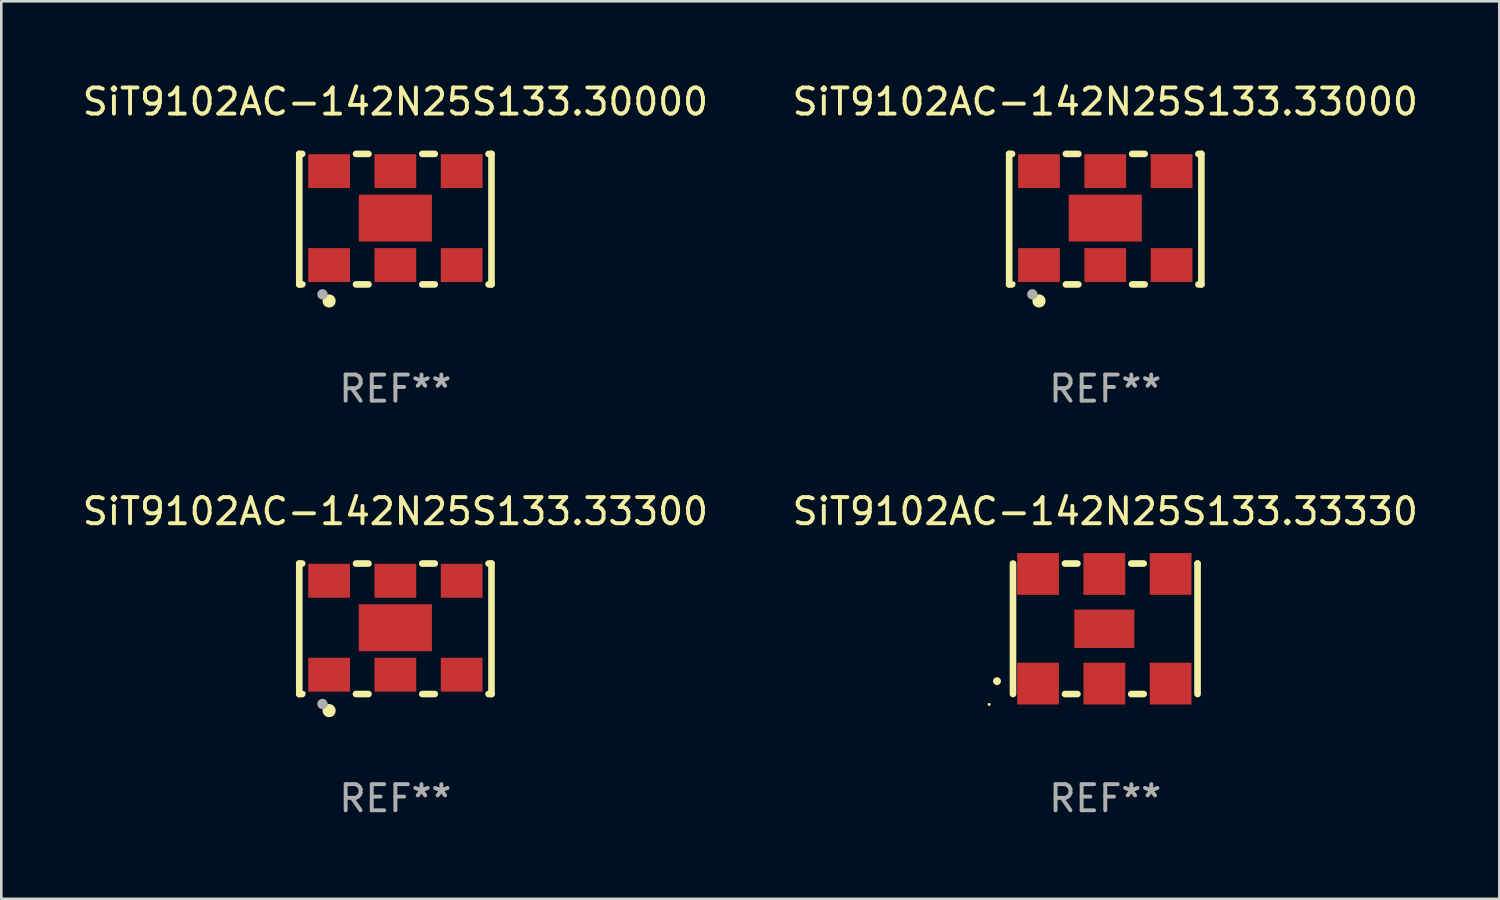
<source format=kicad_pcb>
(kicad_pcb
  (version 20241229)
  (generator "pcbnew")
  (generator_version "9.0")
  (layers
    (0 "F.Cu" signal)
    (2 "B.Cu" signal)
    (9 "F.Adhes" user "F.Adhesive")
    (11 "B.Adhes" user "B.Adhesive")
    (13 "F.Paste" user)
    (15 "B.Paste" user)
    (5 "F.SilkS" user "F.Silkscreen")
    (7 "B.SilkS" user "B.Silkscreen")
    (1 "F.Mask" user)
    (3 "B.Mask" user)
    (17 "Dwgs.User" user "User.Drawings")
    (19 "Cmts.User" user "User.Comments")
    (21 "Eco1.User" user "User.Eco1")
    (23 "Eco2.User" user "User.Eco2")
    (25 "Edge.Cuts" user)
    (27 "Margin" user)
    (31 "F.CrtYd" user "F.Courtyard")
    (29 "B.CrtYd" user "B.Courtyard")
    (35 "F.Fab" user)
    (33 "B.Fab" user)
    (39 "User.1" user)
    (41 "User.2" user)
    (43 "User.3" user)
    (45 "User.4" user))
  (footprint "SiT9102AC-142N25S133.33000"
    (layer "F.Cu")
    (at 39.304 5.348)
    (property "Reference" "SiT9102AC-142N25S133.33000" (at 0 -4.5 0) (layer "F.SilkS") (effects (font (size 1 1) (thickness 0.15))))
    (attr through_hole)
    (fp_line (start -3.683 -2.5) (end -3.571 -2.5) (stroke (width 0.254) (type solid)) (layer "F.SilkS"))
    (fp_line (start -3.683 2.5) (end -3.683 -2.5) (stroke (width 0.254) (type solid)) (layer "F.SilkS"))
    (fp_line (start -3.683 2.5) (end -3.571 2.5) (stroke (width 0.254) (type solid)) (layer "F.SilkS"))
    (fp_line (start -1.509 -2.5) (end -1.031 -2.5) (stroke (width 0.254) (type solid)) (layer "F.SilkS"))
    (fp_line (start -1.509 2.5) (end -1.031 2.5) (stroke (width 0.254) (type solid)) (layer "F.SilkS"))
    (fp_line (start 1.031 -2.5) (end 1.509 -2.5) (stroke (width 0.254) (type solid)) (layer "F.SilkS"))
    (fp_line (start 1.031 2.5) (end 1.509 2.5) (stroke (width 0.254) (type solid)) (layer "F.SilkS"))
    (fp_line (start 3.571 -2.5) (end 3.683 -2.5) (stroke (width 0.254) (type solid)) (layer "F.SilkS"))
    (fp_line (start 3.571 2.5) (end 3.683 2.5) (stroke (width 0.254) (type solid)) (layer "F.SilkS"))
    (fp_line (start 3.683 2.5) (end 3.683 -2.5) (stroke (width 0.254) (type solid)) (layer "F.SilkS"))
    (fp_circle (center -3.5 2.46) (end -3.47 2.46) (stroke (width 0.06) (type solid)) (fill no) (layer "F.SilkS"))
    (fp_circle (center -2.54 3.135) (end -2.413 3.135) (stroke (width 0.254) (type solid)) (fill no) (layer "F.SilkS"))
    (fp_circle (center -2.794 2.881) (end -2.694 2.881) (stroke (width 0.2) (type solid)) (fill no) (layer "F.Fab"))
    (fp_text user "REF**" (at 0 6.5 0) (layer "F.Fab") (effects (font (size 1 1) (thickness 0.15))))
    (pad "1" smd rect (at -2.54 1.76) (size 1.6 1.3) (layers "F.Cu" "F.Mask" "F.Paste"))
    (pad "2" smd rect (at 0 1.76) (size 1.6 1.3) (layers "F.Cu" "F.Mask" "F.Paste"))
    (pad "3" smd rect (at 2.54 1.76) (size 1.6 1.3) (layers "F.Cu" "F.Mask" "F.Paste"))
    (pad "4" smd rect (at 2.54 -1.84) (size 1.6 1.3) (layers "F.Cu" "F.Mask" "F.Paste"))
    (pad "5" smd rect (at 0 -1.84) (size 1.6 1.3) (layers "F.Cu" "F.Mask" "F.Paste"))
    (pad "6" smd rect (at -2.54 -1.84) (size 1.6 1.3) (layers "F.Cu" "F.Mask" "F.Paste"))
    (pad "7" smd rect (at 0 -0.04) (size 2.8 1.8) (layers "F.Cu" "F.Mask" "F.Paste")))
  (footprint "SiT9102AC-142N25S133.33330"
    (layer "F.Cu")
    (at 39.304 21.045)
    (property "Reference" "SiT9102AC-142N25S133.33330" (at 0 -4.5 0) (layer "F.SilkS") (effects (font (size 1 1) (thickness 0.15))))
    (attr through_hole)
    (fp_line (start -3.536 -2.5) (end -3.536 2.5) (stroke (width 0.254) (type solid)) (layer "F.SilkS"))
    (fp_line (start -1.544 2.5) (end -1.067 2.5) (stroke (width 0.254) (type solid)) (layer "F.SilkS"))
    (fp_line (start -1.067 -2.5) (end -1.544 -2.5) (stroke (width 0.254) (type solid)) (layer "F.SilkS"))
    (fp_line (start 0.996 2.5) (end 1.473 2.5) (stroke (width 0.254) (type solid)) (layer "F.SilkS"))
    (fp_line (start 1.473 -2.5) (end 0.996 -2.5) (stroke (width 0.254) (type solid)) (layer "F.SilkS"))
    (fp_line (start 3.536 -2.5) (end 3.536 -2.5) (stroke (width 0.254) (type solid)) (layer "F.SilkS"))
    (fp_line (start 3.536 2.5) (end 3.536 -2.5) (stroke (width 0.254) (type solid)) (layer "F.SilkS"))
    (fp_arc (start -4.150432 2.006604) (mid -4.149162 2.006599) (end -4.147892 2.006604) (stroke (width 0.3) (type solid)) (layer "F.SilkS"))
    (fp_circle (center -4.449 2.9) (end -4.419 2.9) (stroke (width 0.06) (type solid)) (fill no) (layer "F.SilkS"))
    (fp_text user "REF**" (at 0 6.5 0) (layer "F.Fab") (effects (font (size 1 1) (thickness 0.15))))
    (pad "1" smd rect (at -2.576 2.1) (size 1.6 1.6) (layers "F.Cu" "F.Mask" "F.Paste"))
    (pad "2" smd rect (at -0.036 2.1) (size 1.6 1.6) (layers "F.Cu" "F.Mask" "F.Paste"))
    (pad "3" smd rect (at 2.504 2.1) (size 1.6 1.6) (layers "F.Cu" "F.Mask" "F.Paste"))
    (pad "4" smd rect (at 2.504 -2.1) (size 1.6 1.6) (layers "F.Cu" "F.Mask" "F.Paste"))
    (pad "5" smd rect (at -0.036 -2.1) (size 1.6 1.6) (layers "F.Cu" "F.Mask" "F.Paste"))
    (pad "6" smd rect (at -2.576 -2.1) (size 1.6 1.6) (layers "F.Cu" "F.Mask" "F.Paste"))
    (pad "7" smd rect (at -0.036 0) (size 2.3 1.47) (layers "F.Cu" "F.Mask" "F.Paste")))
  (footprint "SiT9102AC-142N25S133.33300"
    (layer "F.Cu")
    (at 12.101 21.045)
    (property "Reference" "SiT9102AC-142N25S133.33300" (at 0 -4.5 0) (layer "F.SilkS") (effects (font (size 1 1) (thickness 0.15))))
    (attr through_hole)
    (fp_line (start -3.683 -2.5) (end -3.571 -2.5) (stroke (width 0.254) (type solid)) (layer "F.SilkS"))
    (fp_line (start -3.683 2.5) (end -3.683 -2.5) (stroke (width 0.254) (type solid)) (layer "F.SilkS"))
    (fp_line (start -3.683 2.5) (end -3.571 2.5) (stroke (width 0.254) (type solid)) (layer "F.SilkS"))
    (fp_line (start -1.509 -2.5) (end -1.031 -2.5) (stroke (width 0.254) (type solid)) (layer "F.SilkS"))
    (fp_line (start -1.509 2.5) (end -1.031 2.5) (stroke (width 0.254) (type solid)) (layer "F.SilkS"))
    (fp_line (start 1.031 -2.5) (end 1.509 -2.5) (stroke (width 0.254) (type solid)) (layer "F.SilkS"))
    (fp_line (start 1.031 2.5) (end 1.509 2.5) (stroke (width 0.254) (type solid)) (layer "F.SilkS"))
    (fp_line (start 3.571 -2.5) (end 3.683 -2.5) (stroke (width 0.254) (type solid)) (layer "F.SilkS"))
    (fp_line (start 3.571 2.5) (end 3.683 2.5) (stroke (width 0.254) (type solid)) (layer "F.SilkS"))
    (fp_line (start 3.683 2.5) (end 3.683 -2.5) (stroke (width 0.254) (type solid)) (layer "F.SilkS"))
    (fp_circle (center -3.5 2.46) (end -3.47 2.46) (stroke (width 0.06) (type solid)) (fill no) (layer "F.SilkS"))
    (fp_circle (center -2.54 3.135) (end -2.413 3.135) (stroke (width 0.254) (type solid)) (fill no) (layer "F.SilkS"))
    (fp_circle (center -2.794 2.881) (end -2.694 2.881) (stroke (width 0.2) (type solid)) (fill no) (layer "F.Fab"))
    (fp_text user "REF**" (at 0 6.5 0) (layer "F.Fab") (effects (font (size 1 1) (thickness 0.15))))
    (pad "1" smd rect (at -2.54 1.76) (size 1.6 1.3) (layers "F.Cu" "F.Mask" "F.Paste"))
    (pad "2" smd rect (at 0 1.76) (size 1.6 1.3) (layers "F.Cu" "F.Mask" "F.Paste"))
    (pad "3" smd rect (at 2.54 1.76) (size 1.6 1.3) (layers "F.Cu" "F.Mask" "F.Paste"))
    (pad "4" smd rect (at 2.54 -1.84) (size 1.6 1.3) (layers "F.Cu" "F.Mask" "F.Paste"))
    (pad "5" smd rect (at 0 -1.84) (size 1.6 1.3) (layers "F.Cu" "F.Mask" "F.Paste"))
    (pad "6" smd rect (at -2.54 -1.84) (size 1.6 1.3) (layers "F.Cu" "F.Mask" "F.Paste"))
    (pad "7" smd rect (at 0 -0.04) (size 2.8 1.8) (layers "F.Cu" "F.Mask" "F.Paste")))
  (footprint "SiT9102AC-142N25S133.30000"
    (layer "F.Cu")
    (at 12.101 5.348)
    (property "Reference" "SiT9102AC-142N25S133.30000" (at 0 -4.5 0) (layer "F.SilkS") (effects (font (size 1 1) (thickness 0.15))))
    (attr through_hole)
    (fp_line (start -3.683 -2.5) (end -3.571 -2.5) (stroke (width 0.254) (type solid)) (layer "F.SilkS"))
    (fp_line (start -3.683 2.5) (end -3.683 -2.5) (stroke (width 0.254) (type solid)) (layer "F.SilkS"))
    (fp_line (start -3.683 2.5) (end -3.571 2.5) (stroke (width 0.254) (type solid)) (layer "F.SilkS"))
    (fp_line (start -1.509 -2.5) (end -1.031 -2.5) (stroke (width 0.254) (type solid)) (layer "F.SilkS"))
    (fp_line (start -1.509 2.5) (end -1.031 2.5) (stroke (width 0.254) (type solid)) (layer "F.SilkS"))
    (fp_line (start 1.031 -2.5) (end 1.509 -2.5) (stroke (width 0.254) (type solid)) (layer "F.SilkS"))
    (fp_line (start 1.031 2.5) (end 1.509 2.5) (stroke (width 0.254) (type solid)) (layer "F.SilkS"))
    (fp_line (start 3.571 -2.5) (end 3.683 -2.5) (stroke (width 0.254) (type solid)) (layer "F.SilkS"))
    (fp_line (start 3.571 2.5) (end 3.683 2.5) (stroke (width 0.254) (type solid)) (layer "F.SilkS"))
    (fp_line (start 3.683 2.5) (end 3.683 -2.5) (stroke (width 0.254) (type solid)) (layer "F.SilkS"))
    (fp_circle (center -3.5 2.46) (end -3.47 2.46) (stroke (width 0.06) (type solid)) (fill no) (layer "F.SilkS"))
    (fp_circle (center -2.54 3.135) (end -2.413 3.135) (stroke (width 0.254) (type solid)) (fill no) (layer "F.SilkS"))
    (fp_circle (center -2.794 2.881) (end -2.694 2.881) (stroke (width 0.2) (type solid)) (fill no) (layer "F.Fab"))
    (fp_text user "REF**" (at 0 6.5 0) (layer "F.Fab") (effects (font (size 1 1) (thickness 0.15))))
    (pad "1" smd rect (at -2.54 1.76) (size 1.6 1.3) (layers "F.Cu" "F.Mask" "F.Paste"))
    (pad "2" smd rect (at 0 1.76) (size 1.6 1.3) (layers "F.Cu" "F.Mask" "F.Paste"))
    (pad "3" smd rect (at 2.54 1.76) (size 1.6 1.3) (layers "F.Cu" "F.Mask" "F.Paste"))
    (pad "4" smd rect (at 2.54 -1.84) (size 1.6 1.3) (layers "F.Cu" "F.Mask" "F.Paste"))
    (pad "5" smd rect (at 0 -1.84) (size 1.6 1.3) (layers "F.Cu" "F.Mask" "F.Paste"))
    (pad "6" smd rect (at -2.54 -1.84) (size 1.6 1.3) (layers "F.Cu" "F.Mask" "F.Paste"))
    (pad "7" smd rect (at 0 -0.04) (size 2.8 1.8) (layers "F.Cu" "F.Mask" "F.Paste")))
  (gr_rect
    (start -3 -3)
    (end 54.405 31.393)
    (stroke (width 0.1) (type default))
    (fill no)
    (layer "Edge.Cuts")))
</source>
